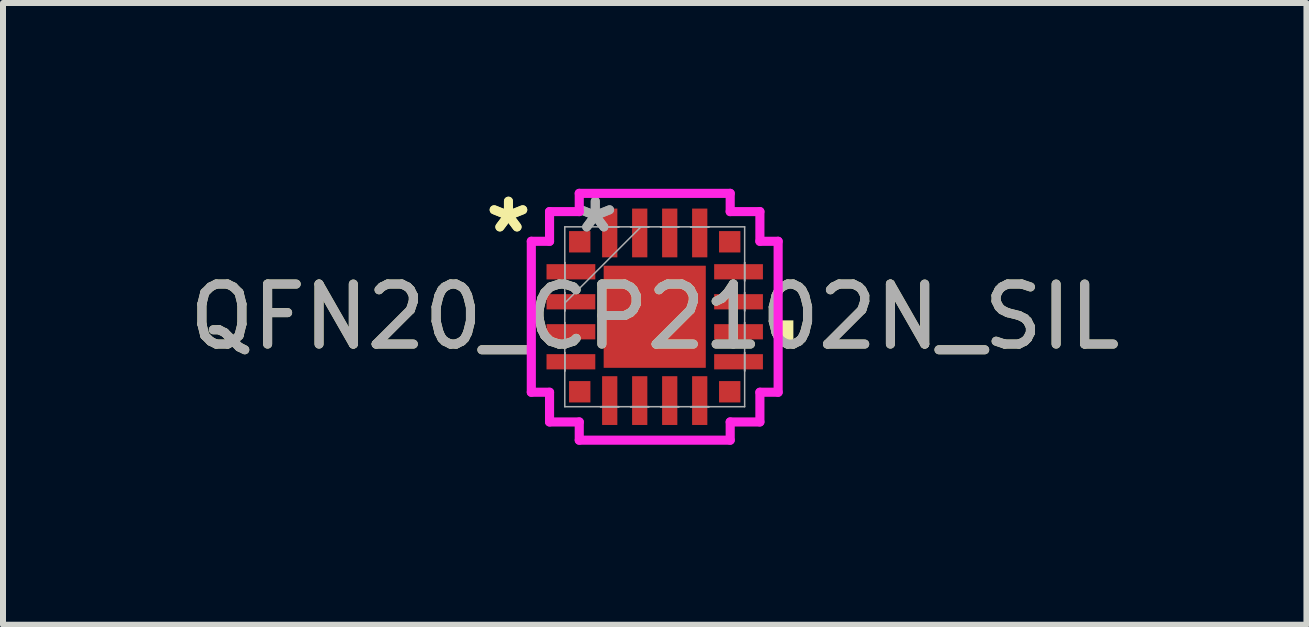
<source format=kicad_pcb>
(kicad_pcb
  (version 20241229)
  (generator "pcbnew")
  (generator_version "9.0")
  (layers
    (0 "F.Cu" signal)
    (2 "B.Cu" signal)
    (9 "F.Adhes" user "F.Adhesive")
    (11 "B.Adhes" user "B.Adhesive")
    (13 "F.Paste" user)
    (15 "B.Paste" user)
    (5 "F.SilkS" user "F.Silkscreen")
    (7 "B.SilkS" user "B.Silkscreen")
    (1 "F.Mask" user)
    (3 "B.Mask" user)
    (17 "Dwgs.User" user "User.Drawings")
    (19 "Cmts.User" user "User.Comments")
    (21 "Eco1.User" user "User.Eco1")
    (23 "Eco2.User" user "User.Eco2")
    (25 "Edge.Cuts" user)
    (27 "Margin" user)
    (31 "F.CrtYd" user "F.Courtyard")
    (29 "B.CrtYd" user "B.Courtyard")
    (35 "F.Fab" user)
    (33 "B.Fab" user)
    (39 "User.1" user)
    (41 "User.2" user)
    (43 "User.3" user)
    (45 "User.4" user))
  (footprint "QFN20_CP2102N_SIL"
    (layer "F.Cu")
    (at 7.863 2.23)
    (property "Reference" "QFN20_CP2102N_SIL" (at 0 0 0) (unlocked yes) (layer "F.SilkS") (effects (font (size 1 1) (thickness 0.15))))
    (attr smd)
    (fp_poly (pts (xy 2.311 0.06) (xy 2.311 0.441) (xy 2.057 0.441) (xy 2.057 0.06)) (stroke (width 0) (type solid)) (fill yes) (layer "F.SilkS"))
    (fp_line (start -2.057 -1.258) (end -1.753 -1.258) (stroke (width 0.152) (type solid)) (layer "F.CrtYd"))
    (fp_line (start -2.057 1.258) (end -2.057 -1.258) (stroke (width 0.152) (type solid)) (layer "F.CrtYd"))
    (fp_line (start -2.057 1.258) (end -1.753 1.258) (stroke (width 0.152) (type solid)) (layer "F.CrtYd"))
    (fp_line (start -1.753 -1.753) (end -1.258 -1.753) (stroke (width 0.152) (type solid)) (layer "F.CrtYd"))
    (fp_line (start -1.753 -1.258) (end -1.753 -1.753) (stroke (width 0.152) (type solid)) (layer "F.CrtYd"))
    (fp_line (start -1.753 1.753) (end -1.753 1.258) (stroke (width 0.152) (type solid)) (layer "F.CrtYd"))
    (fp_line (start -1.258 -2.057) (end 1.258 -2.057) (stroke (width 0.152) (type solid)) (layer "F.CrtYd"))
    (fp_line (start -1.258 -1.753) (end -1.258 -2.057) (stroke (width 0.152) (type solid)) (layer "F.CrtYd"))
    (fp_line (start -1.258 1.753) (end -1.753 1.753) (stroke (width 0.152) (type solid)) (layer "F.CrtYd"))
    (fp_line (start -1.258 2.057) (end -1.258 1.753) (stroke (width 0.152) (type solid)) (layer "F.CrtYd"))
    (fp_line (start 1.258 -2.057) (end 1.258 -1.753) (stroke (width 0.152) (type solid)) (layer "F.CrtYd"))
    (fp_line (start 1.258 -1.753) (end 1.753 -1.753) (stroke (width 0.152) (type solid)) (layer "F.CrtYd"))
    (fp_line (start 1.258 1.753) (end 1.258 2.057) (stroke (width 0.152) (type solid)) (layer "F.CrtYd"))
    (fp_line (start 1.258 2.057) (end -1.258 2.057) (stroke (width 0.152) (type solid)) (layer "F.CrtYd"))
    (fp_line (start 1.753 -1.753) (end 1.753 -1.258) (stroke (width 0.152) (type solid)) (layer "F.CrtYd"))
    (fp_line (start 1.753 -1.258) (end 2.057 -1.258) (stroke (width 0.152) (type solid)) (layer "F.CrtYd"))
    (fp_line (start 1.753 1.258) (end 1.753 1.753) (stroke (width 0.152) (type solid)) (layer "F.CrtYd"))
    (fp_line (start 1.753 1.753) (end 1.258 1.753) (stroke (width 0.152) (type solid)) (layer "F.CrtYd"))
    (fp_line (start 2.057 -1.258) (end 2.057 1.258) (stroke (width 0.152) (type solid)) (layer "F.CrtYd"))
    (fp_line (start 2.057 1.258) (end 1.753 1.258) (stroke (width 0.152) (type solid)) (layer "F.CrtYd"))
    (fp_line (start -1.499 -1.499) (end -1.499 1.499) (stroke (width 0.025) (type solid)) (layer "F.Fab"))
    (fp_line (start -1.499 -0.903) (end -1.499 -0.903) (stroke (width 0.025) (type solid)) (layer "F.Fab"))
    (fp_line (start -1.499 -0.903) (end -1.499 -0.598) (stroke (width 0.025) (type solid)) (layer "F.Fab"))
    (fp_line (start -1.499 -0.598) (end -1.499 -0.903) (stroke (width 0.025) (type solid)) (layer "F.Fab"))
    (fp_line (start -1.499 -0.598) (end -1.499 -0.598) (stroke (width 0.025) (type solid)) (layer "F.Fab"))
    (fp_line (start -1.499 -0.402) (end -1.499 -0.402) (stroke (width 0.025) (type solid)) (layer "F.Fab"))
    (fp_line (start -1.499 -0.402) (end -1.499 -0.098) (stroke (width 0.025) (type solid)) (layer "F.Fab"))
    (fp_line (start -1.499 -0.229) (end -0.229 -1.499) (stroke (width 0.025) (type solid)) (layer "F.Fab"))
    (fp_line (start -1.499 -0.098) (end -1.499 -0.402) (stroke (width 0.025) (type solid)) (layer "F.Fab"))
    (fp_line (start -1.499 -0.098) (end -1.499 -0.098) (stroke (width 0.025) (type solid)) (layer "F.Fab"))
    (fp_line (start -1.499 0.098) (end -1.499 0.098) (stroke (width 0.025) (type solid)) (layer "F.Fab"))
    (fp_line (start -1.499 0.098) (end -1.499 0.402) (stroke (width 0.025) (type solid)) (layer "F.Fab"))
    (fp_line (start -1.499 0.402) (end -1.499 0.098) (stroke (width 0.025) (type solid)) (layer "F.Fab"))
    (fp_line (start -1.499 0.402) (end -1.499 0.402) (stroke (width 0.025) (type solid)) (layer "F.Fab"))
    (fp_line (start -1.499 0.598) (end -1.499 0.598) (stroke (width 0.025) (type solid)) (layer "F.Fab"))
    (fp_line (start -1.499 0.598) (end -1.499 0.903) (stroke (width 0.025) (type solid)) (layer "F.Fab"))
    (fp_line (start -1.499 0.903) (end -1.499 0.598) (stroke (width 0.025) (type solid)) (layer "F.Fab"))
    (fp_line (start -1.499 0.903) (end -1.499 0.903) (stroke (width 0.025) (type solid)) (layer "F.Fab"))
    (fp_line (start -1.499 1.499) (end 1.499 1.499) (stroke (width 0.025) (type solid)) (layer "F.Fab"))
    (fp_line (start -0.903 -1.499) (end -0.903 -1.499) (stroke (width 0.025) (type solid)) (layer "F.Fab"))
    (fp_line (start -0.903 -1.499) (end -0.598 -1.499) (stroke (width 0.025) (type solid)) (layer "F.Fab"))
    (fp_line (start -0.903 1.499) (end -0.903 1.499) (stroke (width 0.025) (type solid)) (layer "F.Fab"))
    (fp_line (start -0.903 1.499) (end -0.598 1.499) (stroke (width 0.025) (type solid)) (layer "F.Fab"))
    (fp_line (start -0.598 -1.499) (end -0.903 -1.499) (stroke (width 0.025) (type solid)) (layer "F.Fab"))
    (fp_line (start -0.598 -1.499) (end -0.598 -1.499) (stroke (width 0.025) (type solid)) (layer "F.Fab"))
    (fp_line (start -0.598 1.499) (end -0.903 1.499) (stroke (width 0.025) (type solid)) (layer "F.Fab"))
    (fp_line (start -0.598 1.499) (end -0.598 1.499) (stroke (width 0.025) (type solid)) (layer "F.Fab"))
    (fp_line (start -0.402 -1.499) (end -0.402 -1.499) (stroke (width 0.025) (type solid)) (layer "F.Fab"))
    (fp_line (start -0.402 -1.499) (end -0.098 -1.499) (stroke (width 0.025) (type solid)) (layer "F.Fab"))
    (fp_line (start -0.402 1.499) (end -0.402 1.499) (stroke (width 0.025) (type solid)) (layer "F.Fab"))
    (fp_line (start -0.402 1.499) (end -0.098 1.499) (stroke (width 0.025) (type solid)) (layer "F.Fab"))
    (fp_line (start -0.098 -1.499) (end -0.402 -1.499) (stroke (width 0.025) (type solid)) (layer "F.Fab"))
    (fp_line (start -0.098 -1.499) (end -0.098 -1.499) (stroke (width 0.025) (type solid)) (layer "F.Fab"))
    (fp_line (start -0.098 1.499) (end -0.402 1.499) (stroke (width 0.025) (type solid)) (layer "F.Fab"))
    (fp_line (start -0.098 1.499) (end -0.098 1.499) (stroke (width 0.025) (type solid)) (layer "F.Fab"))
    (fp_line (start 0.098 -1.499) (end 0.098 -1.499) (stroke (width 0.025) (type solid)) (layer "F.Fab"))
    (fp_line (start 0.098 -1.499) (end 0.402 -1.499) (stroke (width 0.025) (type solid)) (layer "F.Fab"))
    (fp_line (start 0.098 1.499) (end 0.098 1.499) (stroke (width 0.025) (type solid)) (layer "F.Fab"))
    (fp_line (start 0.098 1.499) (end 0.402 1.499) (stroke (width 0.025) (type solid)) (layer "F.Fab"))
    (fp_line (start 0.402 -1.499) (end 0.098 -1.499) (stroke (width 0.025) (type solid)) (layer "F.Fab"))
    (fp_line (start 0.402 -1.499) (end 0.402 -1.499) (stroke (width 0.025) (type solid)) (layer "F.Fab"))
    (fp_line (start 0.402 1.499) (end 0.098 1.499) (stroke (width 0.025) (type solid)) (layer "F.Fab"))
    (fp_line (start 0.402 1.499) (end 0.402 1.499) (stroke (width 0.025) (type solid)) (layer "F.Fab"))
    (fp_line (start 0.598 -1.499) (end 0.598 -1.499) (stroke (width 0.025) (type solid)) (layer "F.Fab"))
    (fp_line (start 0.598 -1.499) (end 0.903 -1.499) (stroke (width 0.025) (type solid)) (layer "F.Fab"))
    (fp_line (start 0.598 1.499) (end 0.598 1.499) (stroke (width 0.025) (type solid)) (layer "F.Fab"))
    (fp_line (start 0.598 1.499) (end 0.903 1.499) (stroke (width 0.025) (type solid)) (layer "F.Fab"))
    (fp_line (start 0.903 -1.499) (end 0.598 -1.499) (stroke (width 0.025) (type solid)) (layer "F.Fab"))
    (fp_line (start 0.903 -1.499) (end 0.903 -1.499) (stroke (width 0.025) (type solid)) (layer "F.Fab"))
    (fp_line (start 0.903 1.499) (end 0.598 1.499) (stroke (width 0.025) (type solid)) (layer "F.Fab"))
    (fp_line (start 0.903 1.499) (end 0.903 1.499) (stroke (width 0.025) (type solid)) (layer "F.Fab"))
    (fp_line (start 1.499 -1.499) (end -1.499 -1.499) (stroke (width 0.025) (type solid)) (layer "F.Fab"))
    (fp_line (start 1.499 -0.903) (end 1.499 -0.903) (stroke (width 0.025) (type solid)) (layer "F.Fab"))
    (fp_line (start 1.499 -0.903) (end 1.499 -0.598) (stroke (width 0.025) (type solid)) (layer "F.Fab"))
    (fp_line (start 1.499 -0.598) (end 1.499 -0.903) (stroke (width 0.025) (type solid)) (layer "F.Fab"))
    (fp_line (start 1.499 -0.598) (end 1.499 -0.598) (stroke (width 0.025) (type solid)) (layer "F.Fab"))
    (fp_line (start 1.499 -0.402) (end 1.499 -0.402) (stroke (width 0.025) (type solid)) (layer "F.Fab"))
    (fp_line (start 1.499 -0.402) (end 1.499 -0.098) (stroke (width 0.025) (type solid)) (layer "F.Fab"))
    (fp_line (start 1.499 -0.098) (end 1.499 -0.402) (stroke (width 0.025) (type solid)) (layer "F.Fab"))
    (fp_line (start 1.499 -0.098) (end 1.499 -0.098) (stroke (width 0.025) (type solid)) (layer "F.Fab"))
    (fp_line (start 1.499 0.098) (end 1.499 0.098) (stroke (width 0.025) (type solid)) (layer "F.Fab"))
    (fp_line (start 1.499 0.098) (end 1.499 0.402) (stroke (width 0.025) (type solid)) (layer "F.Fab"))
    (fp_line (start 1.499 0.402) (end 1.499 0.098) (stroke (width 0.025) (type solid)) (layer "F.Fab"))
    (fp_line (start 1.499 0.402) (end 1.499 0.402) (stroke (width 0.025) (type solid)) (layer "F.Fab"))
    (fp_line (start 1.499 0.598) (end 1.499 0.598) (stroke (width 0.025) (type solid)) (layer "F.Fab"))
    (fp_line (start 1.499 0.598) (end 1.499 0.903) (stroke (width 0.025) (type solid)) (layer "F.Fab"))
    (fp_line (start 1.499 0.903) (end 1.499 0.598) (stroke (width 0.025) (type solid)) (layer "F.Fab"))
    (fp_line (start 1.499 0.903) (end 1.499 0.903) (stroke (width 0.025) (type solid)) (layer "F.Fab"))
    (fp_line (start 1.499 1.499) (end 1.499 -1.499) (stroke (width 0.025) (type solid)) (layer "F.Fab"))
    (fp_text user "*" (at -2.438 -1.381 0) (unlocked yes) (layer "F.SilkS") (effects (font (size 1 1) (thickness 0.15))))
    (fp_text user "*" (at -2.438 -1.381 0) (layer "F.SilkS") (effects (font (size 1 1) (thickness 0.15))))
    (fp_text user "*" (at -0.991 -1.381 0) (layer "F.Fab") (effects (font (size 1 1) (thickness 0.15))))
    (fp_text user "${REFERENCE}" (at 0 0 0) (unlocked yes) (layer "F.Fab") (effects (font (size 1 1) (thickness 0.15))))
    (fp_text user "*" (at -0.991 -1.381 0) (unlocked yes) (layer "F.Fab") (effects (font (size 1 1) (thickness 0.15))))
    (pad "1" smd rect (at -1.25 -1.25) (size 0.356 0.356) (layers "F.Cu" "F.Mask" "F.Paste"))
    (pad "2" smd rect (at -1.397 -0.75 90) (size 0.254 0.813) (layers "F.Cu" "F.Mask" "F.Paste"))
    (pad "3" smd rect (at -1.397 -0.25 90) (size 0.254 0.813) (layers "F.Cu" "F.Mask" "F.Paste"))
    (pad "4" smd rect (at -1.397 0.25 90) (size 0.254 0.813) (layers "F.Cu" "F.Mask" "F.Paste"))
    (pad "5" smd rect (at -1.397 0.75 90) (size 0.254 0.813) (layers "F.Cu" "F.Mask" "F.Paste"))
    (pad "6" smd rect (at -1.25 1.25) (size 0.356 0.356) (layers "F.Cu" "F.Mask" "F.Paste"))
    (pad "7" smd rect (at -0.75 1.397) (size 0.254 0.813) (layers "F.Cu" "F.Mask" "F.Paste"))
    (pad "8" smd rect (at -0.25 1.397) (size 0.254 0.813) (layers "F.Cu" "F.Mask" "F.Paste"))
    (pad "9" smd rect (at 0.25 1.397) (size 0.254 0.813) (layers "F.Cu" "F.Mask" "F.Paste"))
    (pad "10" smd rect (at 0.75 1.397) (size 0.254 0.813) (layers "F.Cu" "F.Mask" "F.Paste"))
    (pad "11" smd rect (at 1.25 1.25) (size 0.356 0.356) (layers "F.Cu" "F.Mask" "F.Paste"))
    (pad "12" smd rect (at 1.397 0.75 90) (size 0.254 0.813) (layers "F.Cu" "F.Mask" "F.Paste"))
    (pad "13" smd rect (at 1.397 0.25 90) (size 0.254 0.813) (layers "F.Cu" "F.Mask" "F.Paste"))
    (pad "14" smd rect (at 1.397 -0.25 90) (size 0.254 0.813) (layers "F.Cu" "F.Mask" "F.Paste"))
    (pad "15" smd rect (at 1.397 -0.75 90) (size 0.254 0.813) (layers "F.Cu" "F.Mask" "F.Paste"))
    (pad "16" smd rect (at 1.25 -1.25) (size 0.356 0.356) (layers "F.Cu" "F.Mask" "F.Paste"))
    (pad "17" smd rect (at 0.75 -1.397) (size 0.254 0.813) (layers "F.Cu" "F.Mask" "F.Paste"))
    (pad "18" smd rect (at 0.25 -1.397) (size 0.254 0.813) (layers "F.Cu" "F.Mask" "F.Paste"))
    (pad "19" smd rect (at -0.25 -1.397) (size 0.254 0.813) (layers "F.Cu" "F.Mask" "F.Paste"))
    (pad "20" smd rect (at -0.75 -1.397) (size 0.254 0.813) (layers "F.Cu" "F.Mask" "F.Paste"))
    (pad "21" smd rect (at 0 0) (size 1.702 1.702) (layers "F.Cu" "F.Mask" "F.Paste")))
  (gr_rect
    (start -3 -3)
    (end 18.726 7.363)
    (stroke (width 0.1) (type default))
    (fill no)
    (layer "Edge.Cuts")))
</source>
